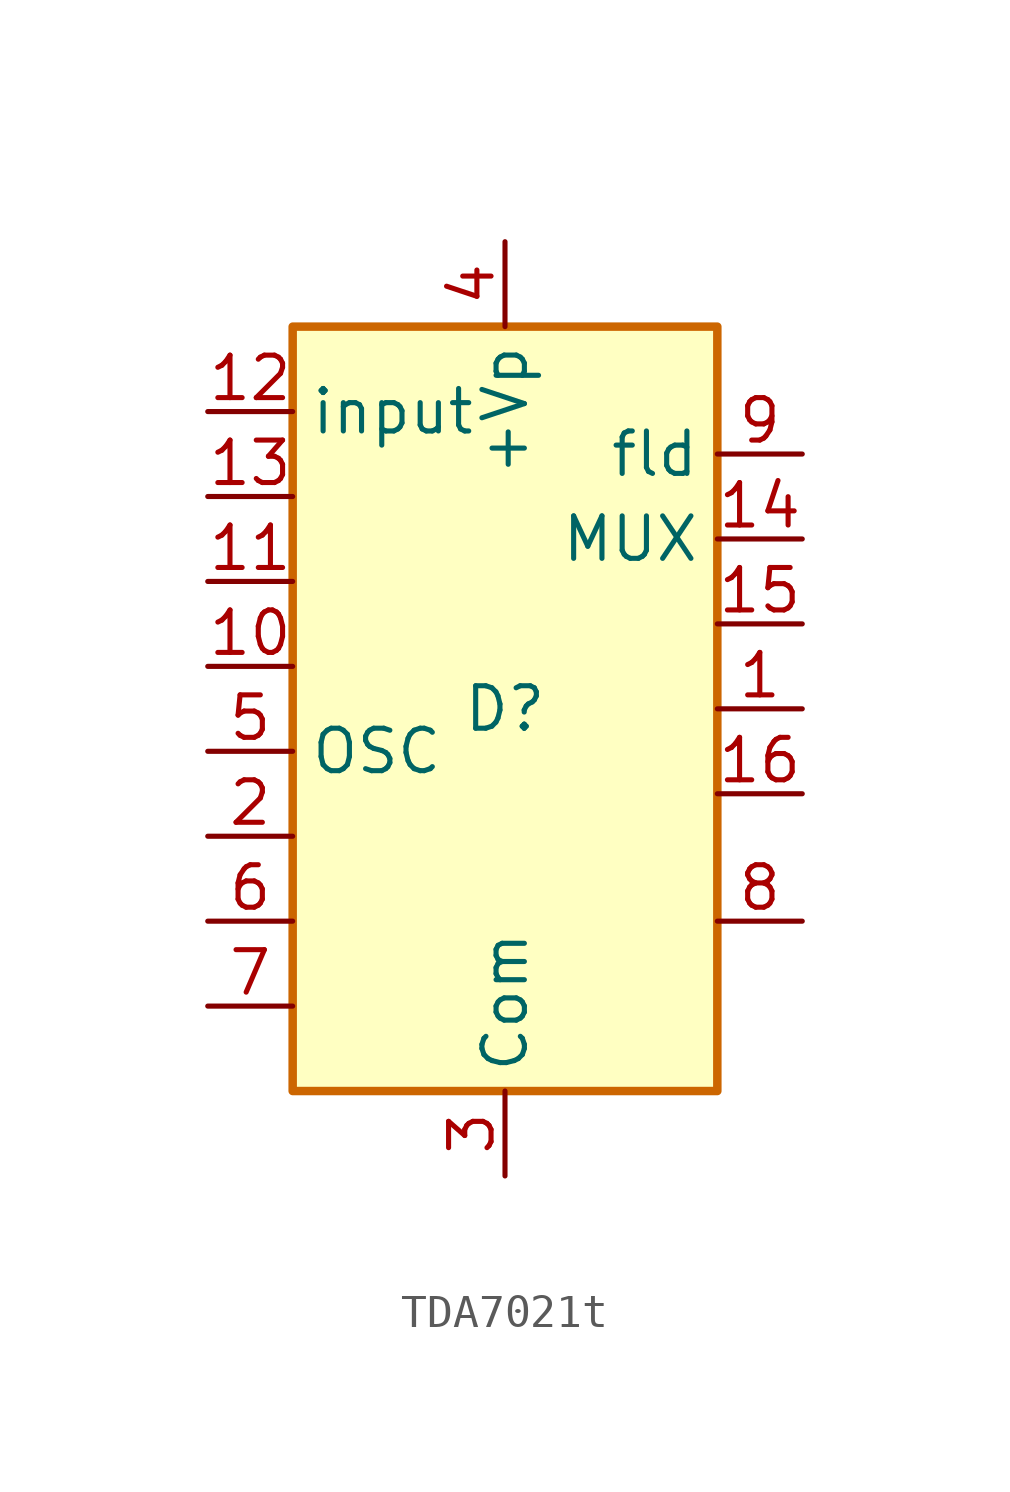
<source format=kicad_sym>
(kicad_symbol_lib
  (version 20220914)
  (generator kicad_symbol_editor)
  (symbol "TDA7021t"
    (property "Reference" "D"
      (at 0 0 0)
      (effects (font (size 1.27 1.27))))
    (property "Value" ""
      (at 0 0 0)
      (effects (font (size 1.27 1.27))))
    (symbol "TDA7021t_1_1"
      (rectangle (start -6.35 11.43) (end 6.35 -11.43) (stroke (width 0.254) (type default) (color 204 102 0 1)) (fill (type background)))
      (pin passive line (at 8.89 0 180) (length 2.54) (name "" (effects (font (size 1.27 1.27)))) (number "1" (effects (font (size 1.27 1.27)))))
      (pin passive line (at -8.89 1.27 0) (length 2.54) (name "" (effects (font (size 1.27 1.27)))) (number "10" (effects (font (size 1.27 1.27)))))
      (pin passive line (at -8.89 3.81 0) (length 2.54) (name "" (effects (font (size 1.27 1.27)))) (number "11" (effects (font (size 1.27 1.27)))))
      (pin input line (at -8.89 8.89 0) (length 2.54) (name "input" (effects (font (size 1.27 1.27)))) (number "12" (effects (font (size 1.27 1.27)))))
      (pin passive line (at -8.89 6.35 0) (length 2.54) (name "" (effects (font (size 1.27 1.27)))) (number "13" (effects (font (size 1.27 1.27)))))
      (pin output line (at 8.89 5.08 180) (length 2.54) (name "MUX" (effects (font (size 1.27 1.27)))) (number "14" (effects (font (size 1.27 1.27)))))
      (pin passive line (at 8.89 2.54 180) (length 2.54) (name "" (effects (font (size 1.27 1.27)))) (number "15" (effects (font (size 1.27 1.27)))))
      (pin passive line (at 8.89 -2.54 180) (length 2.54) (name "" (effects (font (size 1.27 1.27)))) (number "16" (effects (font (size 1.27 1.27)))))
      (pin passive line (at -8.89 -3.81 0) (length 2.54) (name "" (effects (font (size 1.27 1.27)))) (number "2" (effects (font (size 1.27 1.27)))))
      (pin power_in line (at 0 -13.97 90) (length 2.54) (name "Com" (effects (font (size 1.27 1.27)))) (number "3" (effects (font (size 1.27 1.27)))))
      (pin power_in line (at 0 13.97 270) (length 2.54) (name "+Vp" (effects (font (size 1.27 1.27)))) (number "4" (effects (font (size 1.27 1.27)))))
      (pin passive line (at -8.89 -1.27 0) (length 2.54) (name "OSC" (effects (font (size 1.27 1.27)))) (number "5" (effects (font (size 1.27 1.27)))))
      (pin passive line (at -8.89 -6.35 0) (length 2.54) (name "" (effects (font (size 1.27 1.27)))) (number "6" (effects (font (size 1.27 1.27)))))
      (pin passive line (at -8.89 -8.89 0) (length 2.54) (name "" (effects (font (size 1.27 1.27)))) (number "7" (effects (font (size 1.27 1.27)))))
      (pin passive line (at 8.89 -6.35 180) (length 2.54) (name "" (effects (font (size 1.27 1.27)))) (number "8" (effects (font (size 1.27 1.27)))))
      (pin output line (at 8.89 7.62 180) (length 2.54) (name "fld" (effects (font (size 1.27 1.27)))) (number "9" (effects (font (size 1.27 1.27))))))))
</source>
